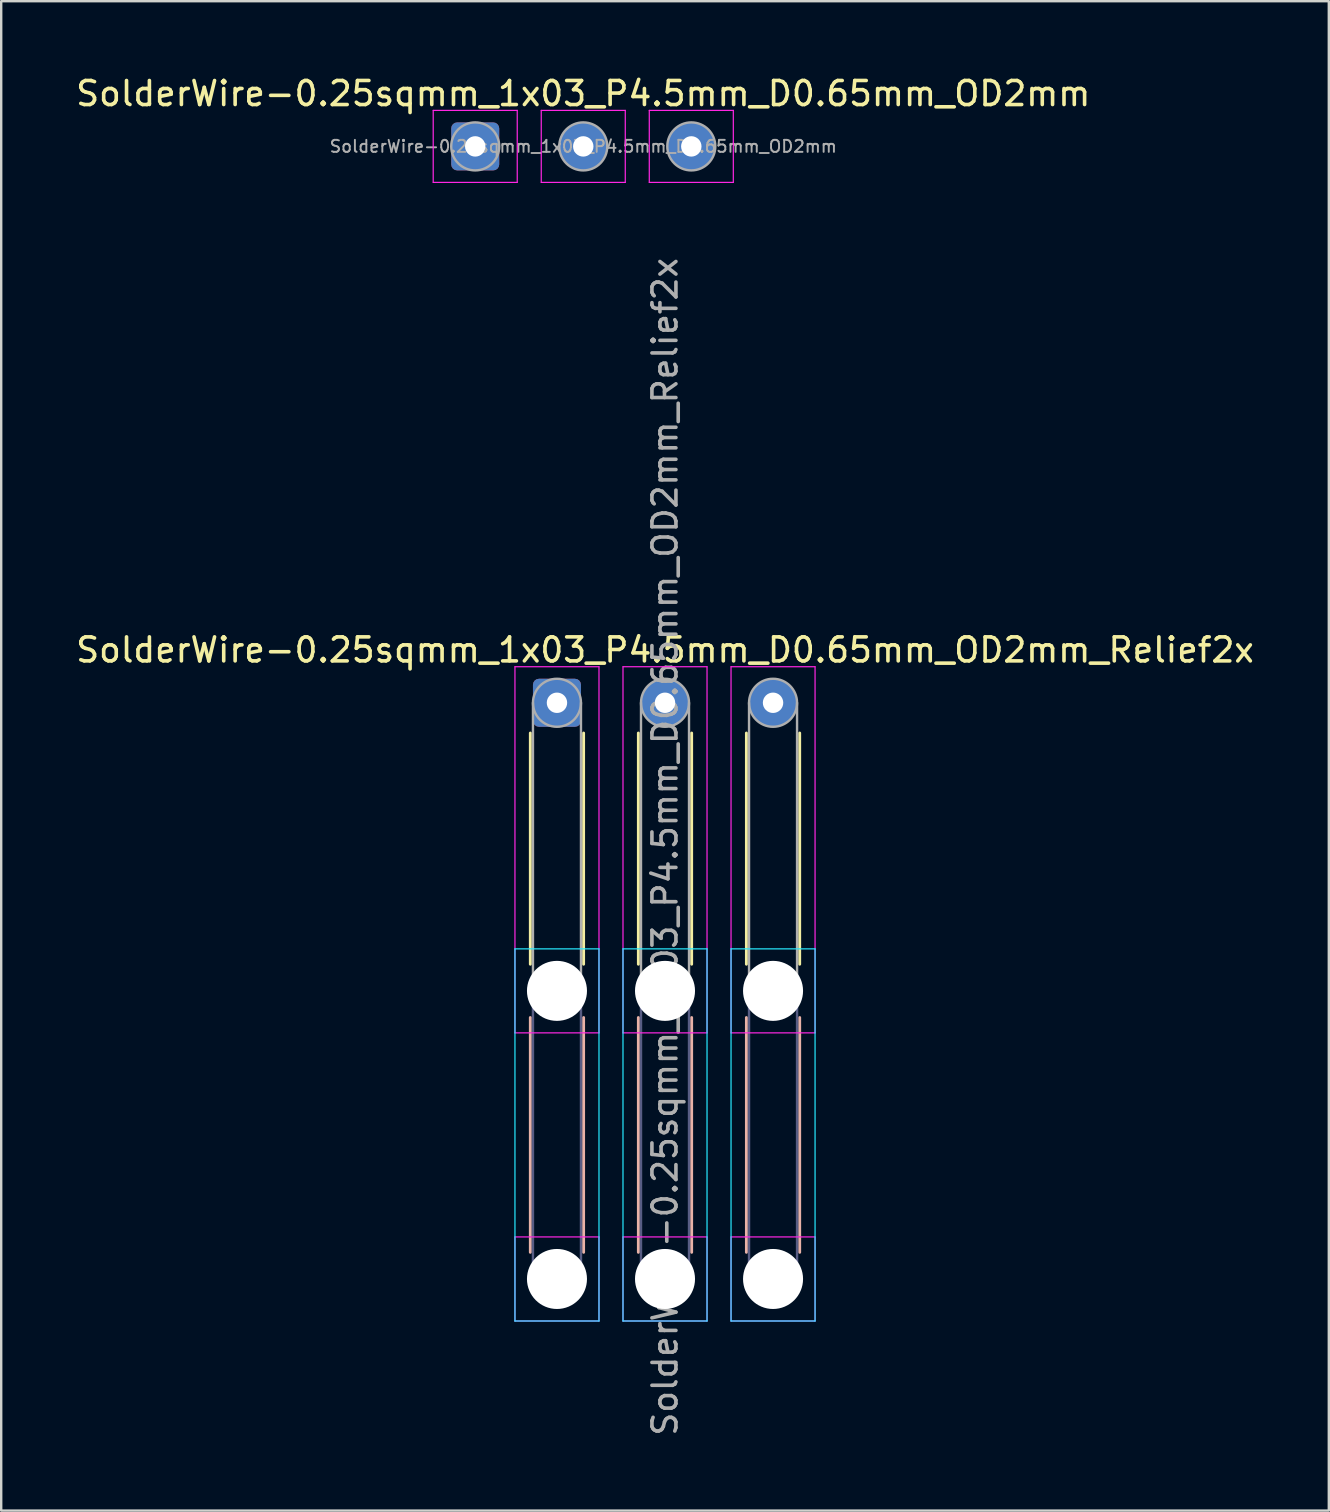
<source format=kicad_pcb>
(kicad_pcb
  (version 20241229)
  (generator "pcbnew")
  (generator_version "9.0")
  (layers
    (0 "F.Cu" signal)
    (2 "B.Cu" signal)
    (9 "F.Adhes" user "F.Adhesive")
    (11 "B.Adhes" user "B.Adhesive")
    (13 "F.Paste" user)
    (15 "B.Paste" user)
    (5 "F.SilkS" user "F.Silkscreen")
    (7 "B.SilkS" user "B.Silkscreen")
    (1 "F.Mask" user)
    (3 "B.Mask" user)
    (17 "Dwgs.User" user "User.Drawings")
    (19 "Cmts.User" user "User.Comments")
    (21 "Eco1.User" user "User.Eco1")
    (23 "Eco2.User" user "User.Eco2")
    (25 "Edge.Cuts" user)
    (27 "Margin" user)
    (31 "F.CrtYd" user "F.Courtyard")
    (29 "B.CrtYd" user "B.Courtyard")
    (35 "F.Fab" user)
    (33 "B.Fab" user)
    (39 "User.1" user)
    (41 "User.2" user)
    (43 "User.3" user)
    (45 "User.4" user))
  (footprint "SolderWire-0.25sqmm_1x03_P4.5mm_D0.65mm_OD2mm"
    (layer "F.Cu")
    (at 16.744 3.048)
    (property "Reference" "SolderWire-0.25sqmm_1x03_P4.5mm_D0.65mm_OD2mm" (at 4.5 -2.2 0) (layer "F.SilkS") (effects (font (size 1 1) (thickness 0.15))))
    (attr exclude_from_pos_files exclude_from_bom)
    (fp_line (start -1.75 -1.5) (end -1.75 1.5) (stroke (width 0.05) (type solid)) (layer "F.CrtYd"))
    (fp_line (start -1.75 1.5) (end 1.75 1.5) (stroke (width 0.05) (type solid)) (layer "F.CrtYd"))
    (fp_line (start 1.75 -1.5) (end -1.75 -1.5) (stroke (width 0.05) (type solid)) (layer "F.CrtYd"))
    (fp_line (start 1.75 1.5) (end 1.75 -1.5) (stroke (width 0.05) (type solid)) (layer "F.CrtYd"))
    (fp_line (start 2.75 -1.5) (end 2.75 1.5) (stroke (width 0.05) (type solid)) (layer "F.CrtYd"))
    (fp_line (start 2.75 1.5) (end 6.25 1.5) (stroke (width 0.05) (type solid)) (layer "F.CrtYd"))
    (fp_line (start 6.25 -1.5) (end 2.75 -1.5) (stroke (width 0.05) (type solid)) (layer "F.CrtYd"))
    (fp_line (start 6.25 1.5) (end 6.25 -1.5) (stroke (width 0.05) (type solid)) (layer "F.CrtYd"))
    (fp_line (start 7.25 -1.5) (end 7.25 1.5) (stroke (width 0.05) (type solid)) (layer "F.CrtYd"))
    (fp_line (start 7.25 1.5) (end 10.75 1.5) (stroke (width 0.05) (type solid)) (layer "F.CrtYd"))
    (fp_line (start 10.75 -1.5) (end 7.25 -1.5) (stroke (width 0.05) (type solid)) (layer "F.CrtYd"))
    (fp_line (start 10.75 1.5) (end 10.75 -1.5) (stroke (width 0.05) (type solid)) (layer "F.CrtYd"))
    (fp_circle (center 0 0) (end 1 0) (stroke (width 0.1) (type solid)) (fill no) (layer "F.Fab"))
    (fp_circle (center 4.5 0) (end 5.5 0) (stroke (width 0.1) (type solid)) (fill no) (layer "F.Fab"))
    (fp_circle (center 9 0) (end 10 0) (stroke (width 0.1) (type solid)) (fill no) (layer "F.Fab"))
    (fp_text user "${REFERENCE}" (at 4.5 0 0) (layer "F.Fab") (effects (font (size 0.5 0.5) (thickness 0.08))))
    (pad "1" thru_hole roundrect (at 0 0) (size 2 2) (drill 0.85) (layers "*.Cu" "*.Mask") (roundrect_rratio 0.125))
    (pad "2" thru_hole circle (at 4.5 0) (size 2 2) (drill 0.85) (layers "*.Cu" "*.Mask"))
    (pad "3" thru_hole circle (at 9 0) (size 2 2) (drill 0.85) (layers "*.Cu" "*.Mask")))
  (footprint "SolderWire-0.25sqmm_1x03_P4.5mm_D0.65mm_OD2mm_Relief2x"
    (layer "F.Cu")
    (at 20.149 26.222)
    (property "Reference" "SolderWire-0.25sqmm_1x03_P4.5mm_D0.65mm_OD2mm_Relief2x" (at 4.5 -2.2 0) (layer "F.SilkS") (effects (font (size 1 1) (thickness 0.15))))
    (attr exclude_from_pos_files exclude_from_bom)
    (fp_line (start -1.11 1.26) (end -1.11 10.89) (stroke (width 0.12) (type solid)) (layer "F.SilkS"))
    (fp_line (start 1.11 1.26) (end 1.11 10.89) (stroke (width 0.12) (type solid)) (layer "F.SilkS"))
    (fp_line (start 3.39 1.26) (end 3.39 10.89) (stroke (width 0.12) (type solid)) (layer "F.SilkS"))
    (fp_line (start 5.61 1.26) (end 5.61 10.89) (stroke (width 0.12) (type solid)) (layer "F.SilkS"))
    (fp_line (start 7.89 1.26) (end 7.89 10.89) (stroke (width 0.12) (type solid)) (layer "F.SilkS"))
    (fp_line (start 10.11 1.26) (end 10.11 10.89) (stroke (width 0.12) (type solid)) (layer "F.SilkS"))
    (fp_line (start -1.11 13.11) (end -1.11 22.89) (stroke (width 0.12) (type solid)) (layer "B.SilkS"))
    (fp_line (start 1.11 13.11) (end 1.11 22.89) (stroke (width 0.12) (type solid)) (layer "B.SilkS"))
    (fp_line (start 3.39 13.11) (end 3.39 22.89) (stroke (width 0.12) (type solid)) (layer "B.SilkS"))
    (fp_line (start 5.61 13.11) (end 5.61 22.89) (stroke (width 0.12) (type solid)) (layer "B.SilkS"))
    (fp_line (start 7.89 13.11) (end 7.89 22.89) (stroke (width 0.12) (type solid)) (layer "B.SilkS"))
    (fp_line (start 10.11 13.11) (end 10.11 22.89) (stroke (width 0.12) (type solid)) (layer "B.SilkS"))
    (fp_line (start -1.75 10.25) (end -1.75 25.75) (stroke (width 0.05) (type solid)) (layer "B.CrtYd"))
    (fp_line (start -1.75 25.75) (end 1.75 25.75) (stroke (width 0.05) (type solid)) (layer "B.CrtYd"))
    (fp_line (start 1.75 10.25) (end -1.75 10.25) (stroke (width 0.05) (type solid)) (layer "B.CrtYd"))
    (fp_line (start 1.75 25.75) (end 1.75 10.25) (stroke (width 0.05) (type solid)) (layer "B.CrtYd"))
    (fp_line (start 2.75 10.25) (end 2.75 25.75) (stroke (width 0.05) (type solid)) (layer "B.CrtYd"))
    (fp_line (start 2.75 25.75) (end 6.25 25.75) (stroke (width 0.05) (type solid)) (layer "B.CrtYd"))
    (fp_line (start 6.25 10.25) (end 2.75 10.25) (stroke (width 0.05) (type solid)) (layer "B.CrtYd"))
    (fp_line (start 6.25 25.75) (end 6.25 10.25) (stroke (width 0.05) (type solid)) (layer "B.CrtYd"))
    (fp_line (start 7.25 10.25) (end 7.25 25.75) (stroke (width 0.05) (type solid)) (layer "B.CrtYd"))
    (fp_line (start 7.25 25.75) (end 10.75 25.75) (stroke (width 0.05) (type solid)) (layer "B.CrtYd"))
    (fp_line (start 10.75 10.25) (end 7.25 10.25) (stroke (width 0.05) (type solid)) (layer "B.CrtYd"))
    (fp_line (start 10.75 25.75) (end 10.75 10.25) (stroke (width 0.05) (type solid)) (layer "B.CrtYd"))
    (fp_line (start -1.75 -1.5) (end -1.75 13.75) (stroke (width 0.05) (type solid)) (layer "F.CrtYd"))
    (fp_line (start -1.75 13.75) (end 1.75 13.75) (stroke (width 0.05) (type solid)) (layer "F.CrtYd"))
    (fp_line (start -1.75 22.25) (end -1.75 25.75) (stroke (width 0.05) (type solid)) (layer "F.CrtYd"))
    (fp_line (start -1.75 25.75) (end 1.75 25.75) (stroke (width 0.05) (type solid)) (layer "F.CrtYd"))
    (fp_line (start 1.75 -1.5) (end -1.75 -1.5) (stroke (width 0.05) (type solid)) (layer "F.CrtYd"))
    (fp_line (start 1.75 13.75) (end 1.75 -1.5) (stroke (width 0.05) (type solid)) (layer "F.CrtYd"))
    (fp_line (start 1.75 22.25) (end -1.75 22.25) (stroke (width 0.05) (type solid)) (layer "F.CrtYd"))
    (fp_line (start 1.75 25.75) (end 1.75 22.25) (stroke (width 0.05) (type solid)) (layer "F.CrtYd"))
    (fp_line (start 2.75 -1.5) (end 2.75 13.75) (stroke (width 0.05) (type solid)) (layer "F.CrtYd"))
    (fp_line (start 2.75 13.75) (end 6.25 13.75) (stroke (width 0.05) (type solid)) (layer "F.CrtYd"))
    (fp_line (start 2.75 22.25) (end 2.75 25.75) (stroke (width 0.05) (type solid)) (layer "F.CrtYd"))
    (fp_line (start 2.75 25.75) (end 6.25 25.75) (stroke (width 0.05) (type solid)) (layer "F.CrtYd"))
    (fp_line (start 6.25 -1.5) (end 2.75 -1.5) (stroke (width 0.05) (type solid)) (layer "F.CrtYd"))
    (fp_line (start 6.25 13.75) (end 6.25 -1.5) (stroke (width 0.05) (type solid)) (layer "F.CrtYd"))
    (fp_line (start 6.25 22.25) (end 2.75 22.25) (stroke (width 0.05) (type solid)) (layer "F.CrtYd"))
    (fp_line (start 6.25 25.75) (end 6.25 22.25) (stroke (width 0.05) (type solid)) (layer "F.CrtYd"))
    (fp_line (start 7.25 -1.5) (end 7.25 13.75) (stroke (width 0.05) (type solid)) (layer "F.CrtYd"))
    (fp_line (start 7.25 13.75) (end 10.75 13.75) (stroke (width 0.05) (type solid)) (layer "F.CrtYd"))
    (fp_line (start 7.25 22.25) (end 7.25 25.75) (stroke (width 0.05) (type solid)) (layer "F.CrtYd"))
    (fp_line (start 7.25 25.75) (end 10.75 25.75) (stroke (width 0.05) (type solid)) (layer "F.CrtYd"))
    (fp_line (start 10.75 -1.5) (end 7.25 -1.5) (stroke (width 0.05) (type solid)) (layer "F.CrtYd"))
    (fp_line (start 10.75 13.75) (end 10.75 -1.5) (stroke (width 0.05) (type solid)) (layer "F.CrtYd"))
    (fp_line (start 10.75 22.25) (end 7.25 22.25) (stroke (width 0.05) (type solid)) (layer "F.CrtYd"))
    (fp_line (start 10.75 25.75) (end 10.75 22.25) (stroke (width 0.05) (type solid)) (layer "F.CrtYd"))
    (fp_line (start -1 12) (end -1 24) (stroke (width 0.1) (type solid)) (layer "B.Fab"))
    (fp_line (start 1 12) (end 1 24) (stroke (width 0.1) (type solid)) (layer "B.Fab"))
    (fp_line (start 3.5 12) (end 3.5 24) (stroke (width 0.1) (type solid)) (layer "B.Fab"))
    (fp_line (start 5.5 12) (end 5.5 24) (stroke (width 0.1) (type solid)) (layer "B.Fab"))
    (fp_line (start 8 12) (end 8 24) (stroke (width 0.1) (type solid)) (layer "B.Fab"))
    (fp_line (start 10 12) (end 10 24) (stroke (width 0.1) (type solid)) (layer "B.Fab"))
    (fp_circle (center 0 12) (end 1 12) (stroke (width 0.1) (type solid)) (fill no) (layer "B.Fab"))
    (fp_circle (center 0 24) (end 1 24) (stroke (width 0.1) (type solid)) (fill no) (layer "B.Fab"))
    (fp_circle (center 4.5 12) (end 5.5 12) (stroke (width 0.1) (type solid)) (fill no) (layer "B.Fab"))
    (fp_circle (center 4.5 24) (end 5.5 24) (stroke (width 0.1) (type solid)) (fill no) (layer "B.Fab"))
    (fp_circle (center 9 12) (end 10 12) (stroke (width 0.1) (type solid)) (fill no) (layer "B.Fab"))
    (fp_circle (center 9 24) (end 10 24) (stroke (width 0.1) (type solid)) (fill no) (layer "B.Fab"))
    (fp_line (start -1 0) (end -1 12) (stroke (width 0.1) (type solid)) (layer "F.Fab"))
    (fp_line (start 1 0) (end 1 12) (stroke (width 0.1) (type solid)) (layer "F.Fab"))
    (fp_line (start 3.5 0) (end 3.5 12) (stroke (width 0.1) (type solid)) (layer "F.Fab"))
    (fp_line (start 5.5 0) (end 5.5 12) (stroke (width 0.1) (type solid)) (layer "F.Fab"))
    (fp_line (start 8 0) (end 8 12) (stroke (width 0.1) (type solid)) (layer "F.Fab"))
    (fp_line (start 10 0) (end 10 12) (stroke (width 0.1) (type solid)) (layer "F.Fab"))
    (fp_circle (center 0 0) (end 1 0) (stroke (width 0.1) (type solid)) (fill no) (layer "F.Fab"))
    (fp_circle (center 0 12) (end 1 12) (stroke (width 0.1) (type solid)) (fill no) (layer "F.Fab"))
    (fp_circle (center 0 24) (end 1 24) (stroke (width 0.1) (type solid)) (fill no) (layer "F.Fab"))
    (fp_circle (center 4.5 0) (end 5.5 0) (stroke (width 0.1) (type solid)) (fill no) (layer "F.Fab"))
    (fp_circle (center 4.5 12) (end 5.5 12) (stroke (width 0.1) (type solid)) (fill no) (layer "F.Fab"))
    (fp_circle (center 4.5 24) (end 5.5 24) (stroke (width 0.1) (type solid)) (fill no) (layer "F.Fab"))
    (fp_circle (center 9 0) (end 10 0) (stroke (width 0.1) (type solid)) (fill no) (layer "F.Fab"))
    (fp_circle (center 9 12) (end 10 12) (stroke (width 0.1) (type solid)) (fill no) (layer "F.Fab"))
    (fp_circle (center 9 24) (end 10 24) (stroke (width 0.1) (type solid)) (fill no) (layer "F.Fab"))
    (fp_text user "${REFERENCE}" (at 4.5 6 90) (layer "F.Fab") (effects (font (size 1 1) (thickness 0.15))))
    (pad "" np_thru_hole circle (at 0 12) (size 2.5 2.5) (drill 2.5) (layers "*.Cu" "*.Mask"))
    (pad "" np_thru_hole circle (at 0 24) (size 2.5 2.5) (drill 2.5) (layers "*.Cu" "*.Mask"))
    (pad "" np_thru_hole circle (at 4.5 12) (size 2.5 2.5) (drill 2.5) (layers "*.Cu" "*.Mask"))
    (pad "" np_thru_hole circle (at 4.5 24) (size 2.5 2.5) (drill 2.5) (layers "*.Cu" "*.Mask"))
    (pad "" np_thru_hole circle (at 9 12) (size 2.5 2.5) (drill 2.5) (layers "*.Cu" "*.Mask"))
    (pad "" np_thru_hole circle (at 9 24) (size 2.5 2.5) (drill 2.5) (layers "*.Cu" "*.Mask"))
    (pad "1" thru_hole roundrect (at 0 0) (size 2 2) (drill 0.85) (layers "*.Cu" "*.Mask") (roundrect_rratio 0.125))
    (pad "2" thru_hole circle (at 4.5 0) (size 2 2) (drill 0.85) (layers "*.Cu" "*.Mask"))
    (pad "3" thru_hole circle (at 9 0) (size 2 2) (drill 0.85) (layers "*.Cu" "*.Mask")))
  (gr_rect
    (start -3 -3)
    (end 52.298 59.871)
    (stroke (width 0.1) (type default))
    (fill no)
    (layer "Edge.Cuts")))
</source>
